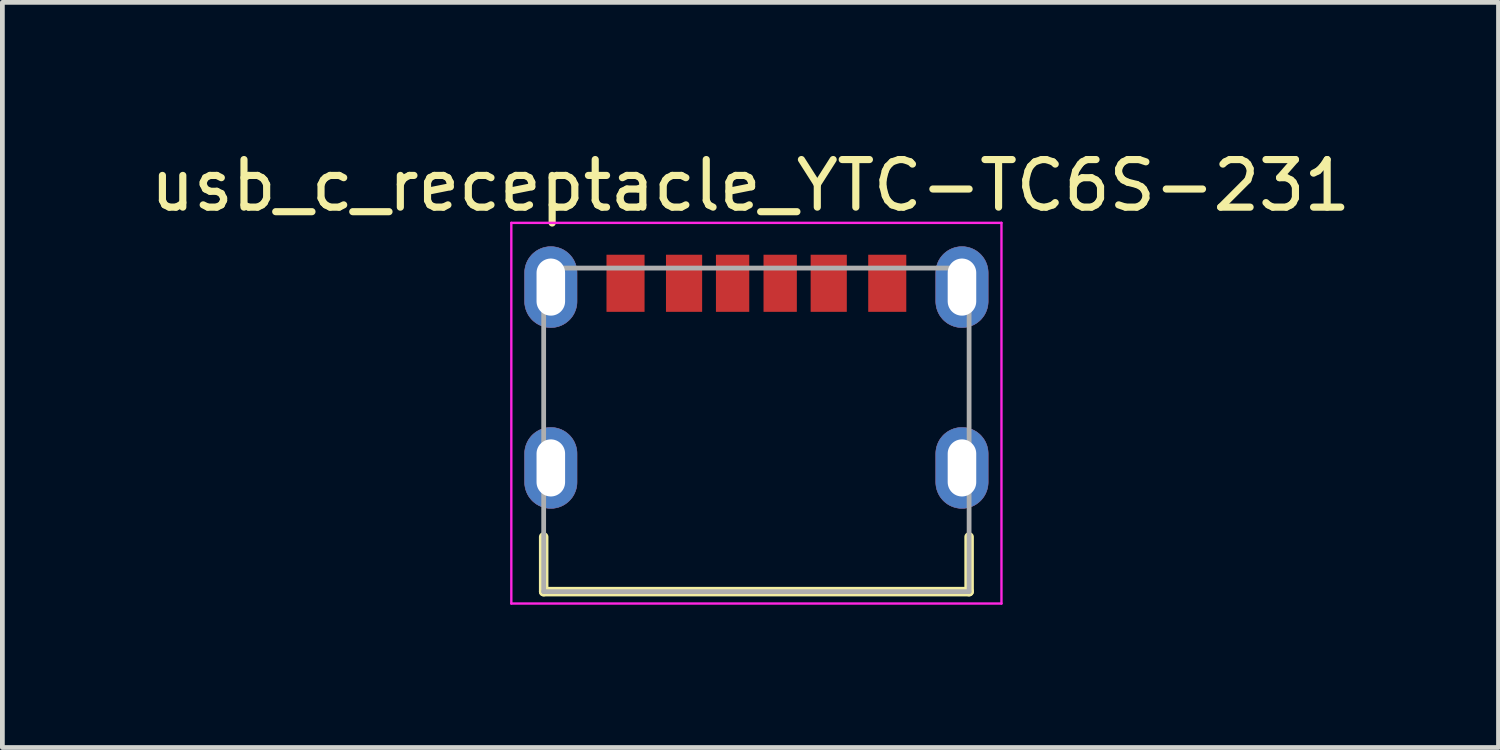
<source format=kicad_pcb>
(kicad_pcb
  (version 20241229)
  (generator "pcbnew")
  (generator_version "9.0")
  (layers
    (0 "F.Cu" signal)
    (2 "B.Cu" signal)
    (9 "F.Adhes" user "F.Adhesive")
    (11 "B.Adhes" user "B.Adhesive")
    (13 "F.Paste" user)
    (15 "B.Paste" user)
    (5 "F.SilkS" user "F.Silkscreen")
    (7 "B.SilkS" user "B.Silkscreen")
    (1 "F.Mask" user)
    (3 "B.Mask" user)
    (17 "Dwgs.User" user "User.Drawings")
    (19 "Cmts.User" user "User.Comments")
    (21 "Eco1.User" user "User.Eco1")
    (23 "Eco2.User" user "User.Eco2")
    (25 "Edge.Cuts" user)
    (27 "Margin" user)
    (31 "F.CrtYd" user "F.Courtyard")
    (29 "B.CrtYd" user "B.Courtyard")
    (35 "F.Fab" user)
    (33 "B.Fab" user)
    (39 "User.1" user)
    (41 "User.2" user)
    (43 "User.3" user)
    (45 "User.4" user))
  (footprint "usb_c_receptacle_YTC-TC6S-231"
    (layer "F.Cu")
    (at 12.845 5.983)
    (property "Reference" "usb_c_receptacle_YTC-TC6S-231" (at -0.125 -5.135 0) (layer "F.SilkS") (effects (font (size 1 1) (thickness 0.15))))
    (attr smd)
    (fp_poly (pts (xy -4.32 -3.85) (xy -4.349 -3.849) (xy -4.377 -3.847) (xy -4.406 -3.843) (xy -4.434 -3.838) (xy -4.462 -3.831) (xy -4.49 -3.823) (xy -4.517 -3.813) (xy -4.544 -3.802) (xy -4.57 -3.79) (xy -4.595 -3.776) (xy -4.62 -3.761) (xy -4.643 -3.745) (xy -4.666 -3.727) (xy -4.688 -3.709) (xy -4.709 -3.689) (xy -4.729 -3.668) (xy -4.747 -3.646) (xy -4.765 -3.623) (xy -4.781 -3.6) (xy -4.796 -3.575) (xy -4.81 -3.55) (xy -4.822 -3.524) (xy -4.833 -3.497) (xy -4.843 -3.47) (xy -4.851 -3.442) (xy -4.858 -3.414) (xy -4.863 -3.386) (xy -4.867 -3.357) (xy -4.869 -3.329) (xy -4.87 -3.3) (xy -4.87 -2.7) (xy -4.869 -2.671) (xy -4.867 -2.643) (xy -4.863 -2.614) (xy -4.858 -2.586) (xy -4.851 -2.558) (xy -4.843 -2.53) (xy -4.833 -2.503) (xy -4.822 -2.476) (xy -4.81 -2.45) (xy -4.796 -2.425) (xy -4.781 -2.4) (xy -4.765 -2.377) (xy -4.747 -2.354) (xy -4.729 -2.332) (xy -4.709 -2.311) (xy -4.688 -2.291) (xy -4.666 -2.273) (xy -4.643 -2.255) (xy -4.62 -2.239) (xy -4.595 -2.224) (xy -4.57 -2.21) (xy -4.544 -2.198) (xy -4.517 -2.187) (xy -4.49 -2.177) (xy -4.462 -2.169) (xy -4.434 -2.162) (xy -4.406 -2.157) (xy -4.377 -2.153) (xy -4.349 -2.151) (xy -4.32 -2.15) (xy -4.291 -2.151) (xy -4.263 -2.153) (xy -4.234 -2.157) (xy -4.206 -2.162) (xy -4.178 -2.169) (xy -4.15 -2.177) (xy -4.123 -2.187) (xy -4.096 -2.198) (xy -4.07 -2.21) (xy -4.045 -2.224) (xy -4.02 -2.239) (xy -3.997 -2.255) (xy -3.974 -2.273) (xy -3.952 -2.291) (xy -3.931 -2.311) (xy -3.911 -2.332) (xy -3.893 -2.354) (xy -3.875 -2.377) (xy -3.859 -2.4) (xy -3.844 -2.425) (xy -3.83 -2.45) (xy -3.818 -2.476) (xy -3.807 -2.503) (xy -3.797 -2.53) (xy -3.789 -2.558) (xy -3.782 -2.586) (xy -3.777 -2.614) (xy -3.773 -2.643) (xy -3.771 -2.671) (xy -3.77 -2.7) (xy -3.77 -3.3) (xy -3.771 -3.329) (xy -3.773 -3.357) (xy -3.777 -3.386) (xy -3.782 -3.414) (xy -3.789 -3.442) (xy -3.797 -3.47) (xy -3.807 -3.497) (xy -3.818 -3.524) (xy -3.83 -3.55) (xy -3.844 -3.575) (xy -3.859 -3.6) (xy -3.875 -3.623) (xy -3.893 -3.646) (xy -3.911 -3.668) (xy -3.931 -3.689) (xy -3.952 -3.709) (xy -3.974 -3.727) (xy -3.997 -3.745) (xy -4.02 -3.761) (xy -4.045 -3.776) (xy -4.07 -3.79) (xy -4.096 -3.802) (xy -4.123 -3.813) (xy -4.15 -3.823) (xy -4.178 -3.831) (xy -4.206 -3.838) (xy -4.234 -3.843) (xy -4.263 -3.847) (xy -4.291 -3.849) (xy -4.32 -3.85)) (stroke (width 0.01) (type solid)) (fill yes) (layer "F.Cu"))
    (fp_poly (pts (xy -4.32 -0.05) (xy -4.349 -0.049) (xy -4.377 -0.047) (xy -4.406 -0.043) (xy -4.434 -0.038) (xy -4.462 -0.031) (xy -4.49 -0.023) (xy -4.517 -0.013) (xy -4.544 -0.002) (xy -4.57 0.01) (xy -4.595 0.024) (xy -4.62 0.039) (xy -4.643 0.055) (xy -4.666 0.073) (xy -4.688 0.091) (xy -4.709 0.111) (xy -4.729 0.132) (xy -4.747 0.154) (xy -4.765 0.177) (xy -4.781 0.2) (xy -4.796 0.225) (xy -4.81 0.25) (xy -4.822 0.276) (xy -4.833 0.303) (xy -4.843 0.33) (xy -4.851 0.358) (xy -4.858 0.386) (xy -4.863 0.414) (xy -4.867 0.443) (xy -4.869 0.471) (xy -4.87 0.5) (xy -4.87 1.1) (xy -4.869 1.129) (xy -4.867 1.157) (xy -4.863 1.186) (xy -4.858 1.214) (xy -4.851 1.242) (xy -4.843 1.27) (xy -4.833 1.297) (xy -4.822 1.324) (xy -4.81 1.35) (xy -4.796 1.375) (xy -4.781 1.4) (xy -4.765 1.423) (xy -4.747 1.446) (xy -4.729 1.468) (xy -4.709 1.489) (xy -4.688 1.509) (xy -4.666 1.527) (xy -4.643 1.545) (xy -4.62 1.561) (xy -4.595 1.576) (xy -4.57 1.59) (xy -4.544 1.602) (xy -4.517 1.613) (xy -4.49 1.623) (xy -4.462 1.631) (xy -4.434 1.638) (xy -4.406 1.643) (xy -4.377 1.647) (xy -4.349 1.649) (xy -4.32 1.65) (xy -4.291 1.649) (xy -4.263 1.647) (xy -4.234 1.643) (xy -4.206 1.638) (xy -4.178 1.631) (xy -4.15 1.623) (xy -4.123 1.613) (xy -4.096 1.602) (xy -4.07 1.59) (xy -4.045 1.576) (xy -4.02 1.561) (xy -3.997 1.545) (xy -3.974 1.527) (xy -3.952 1.509) (xy -3.931 1.489) (xy -3.911 1.468) (xy -3.893 1.446) (xy -3.875 1.423) (xy -3.859 1.4) (xy -3.844 1.375) (xy -3.83 1.35) (xy -3.818 1.324) (xy -3.807 1.297) (xy -3.797 1.27) (xy -3.789 1.242) (xy -3.782 1.214) (xy -3.777 1.186) (xy -3.773 1.157) (xy -3.771 1.129) (xy -3.77 1.1) (xy -3.77 0.5) (xy -3.771 0.471) (xy -3.773 0.443) (xy -3.777 0.414) (xy -3.782 0.386) (xy -3.789 0.358) (xy -3.797 0.33) (xy -3.807 0.303) (xy -3.818 0.276) (xy -3.83 0.25) (xy -3.844 0.225) (xy -3.859 0.2) (xy -3.875 0.177) (xy -3.893 0.154) (xy -3.911 0.132) (xy -3.931 0.111) (xy -3.952 0.091) (xy -3.974 0.073) (xy -3.997 0.055) (xy -4.02 0.039) (xy -4.045 0.024) (xy -4.07 0.01) (xy -4.096 -0.002) (xy -4.123 -0.013) (xy -4.15 -0.023) (xy -4.178 -0.031) (xy -4.206 -0.038) (xy -4.234 -0.043) (xy -4.263 -0.047) (xy -4.291 -0.049) (xy -4.32 -0.05)) (stroke (width 0.01) (type solid)) (fill yes) (layer "F.Cu"))
    (fp_poly (pts (xy 4.32 -3.85) (xy 4.291 -3.849) (xy 4.263 -3.847) (xy 4.234 -3.843) (xy 4.206 -3.838) (xy 4.178 -3.831) (xy 4.15 -3.823) (xy 4.123 -3.813) (xy 4.096 -3.802) (xy 4.07 -3.79) (xy 4.045 -3.776) (xy 4.02 -3.761) (xy 3.997 -3.745) (xy 3.974 -3.727) (xy 3.952 -3.709) (xy 3.931 -3.689) (xy 3.911 -3.668) (xy 3.893 -3.646) (xy 3.875 -3.623) (xy 3.859 -3.6) (xy 3.844 -3.575) (xy 3.83 -3.55) (xy 3.818 -3.524) (xy 3.807 -3.497) (xy 3.797 -3.47) (xy 3.789 -3.442) (xy 3.782 -3.414) (xy 3.777 -3.386) (xy 3.773 -3.357) (xy 3.771 -3.329) (xy 3.77 -3.3) (xy 3.77 -2.7) (xy 3.771 -2.671) (xy 3.773 -2.643) (xy 3.777 -2.614) (xy 3.782 -2.586) (xy 3.789 -2.558) (xy 3.797 -2.53) (xy 3.807 -2.503) (xy 3.818 -2.476) (xy 3.83 -2.45) (xy 3.844 -2.425) (xy 3.859 -2.4) (xy 3.875 -2.377) (xy 3.893 -2.354) (xy 3.911 -2.332) (xy 3.931 -2.311) (xy 3.952 -2.291) (xy 3.974 -2.273) (xy 3.997 -2.255) (xy 4.02 -2.239) (xy 4.045 -2.224) (xy 4.07 -2.21) (xy 4.096 -2.198) (xy 4.123 -2.187) (xy 4.15 -2.177) (xy 4.178 -2.169) (xy 4.206 -2.162) (xy 4.234 -2.157) (xy 4.263 -2.153) (xy 4.291 -2.151) (xy 4.32 -2.15) (xy 4.349 -2.151) (xy 4.377 -2.153) (xy 4.406 -2.157) (xy 4.434 -2.162) (xy 4.462 -2.169) (xy 4.49 -2.177) (xy 4.517 -2.187) (xy 4.544 -2.198) (xy 4.57 -2.21) (xy 4.595 -2.224) (xy 4.62 -2.239) (xy 4.643 -2.255) (xy 4.666 -2.273) (xy 4.688 -2.291) (xy 4.709 -2.311) (xy 4.729 -2.332) (xy 4.747 -2.354) (xy 4.765 -2.377) (xy 4.781 -2.4) (xy 4.796 -2.425) (xy 4.81 -2.45) (xy 4.822 -2.476) (xy 4.833 -2.503) (xy 4.843 -2.53) (xy 4.851 -2.558) (xy 4.858 -2.586) (xy 4.863 -2.614) (xy 4.867 -2.643) (xy 4.869 -2.671) (xy 4.87 -2.7) (xy 4.87 -3.3) (xy 4.869 -3.329) (xy 4.867 -3.357) (xy 4.863 -3.386) (xy 4.858 -3.414) (xy 4.851 -3.442) (xy 4.843 -3.47) (xy 4.833 -3.497) (xy 4.822 -3.524) (xy 4.81 -3.55) (xy 4.796 -3.575) (xy 4.781 -3.6) (xy 4.765 -3.623) (xy 4.747 -3.646) (xy 4.729 -3.668) (xy 4.709 -3.689) (xy 4.688 -3.709) (xy 4.666 -3.727) (xy 4.643 -3.745) (xy 4.62 -3.761) (xy 4.595 -3.776) (xy 4.57 -3.79) (xy 4.544 -3.802) (xy 4.517 -3.813) (xy 4.49 -3.823) (xy 4.462 -3.831) (xy 4.434 -3.838) (xy 4.406 -3.843) (xy 4.377 -3.847) (xy 4.349 -3.849) (xy 4.32 -3.85)) (stroke (width 0.01) (type solid)) (fill yes) (layer "F.Cu"))
    (fp_poly (pts (xy 4.32 -0.05) (xy 4.291 -0.049) (xy 4.263 -0.047) (xy 4.234 -0.043) (xy 4.206 -0.038) (xy 4.178 -0.031) (xy 4.15 -0.023) (xy 4.123 -0.013) (xy 4.096 -0.002) (xy 4.07 0.01) (xy 4.045 0.024) (xy 4.02 0.039) (xy 3.997 0.055) (xy 3.974 0.073) (xy 3.952 0.091) (xy 3.931 0.111) (xy 3.911 0.132) (xy 3.893 0.154) (xy 3.875 0.177) (xy 3.859 0.2) (xy 3.844 0.225) (xy 3.83 0.25) (xy 3.818 0.276) (xy 3.807 0.303) (xy 3.797 0.33) (xy 3.789 0.358) (xy 3.782 0.386) (xy 3.777 0.414) (xy 3.773 0.443) (xy 3.771 0.471) (xy 3.77 0.5) (xy 3.77 1.1) (xy 3.771 1.129) (xy 3.773 1.157) (xy 3.777 1.186) (xy 3.782 1.214) (xy 3.789 1.242) (xy 3.797 1.27) (xy 3.807 1.297) (xy 3.818 1.324) (xy 3.83 1.35) (xy 3.844 1.375) (xy 3.859 1.4) (xy 3.875 1.423) (xy 3.893 1.446) (xy 3.911 1.468) (xy 3.931 1.489) (xy 3.952 1.509) (xy 3.974 1.527) (xy 3.997 1.545) (xy 4.02 1.561) (xy 4.045 1.576) (xy 4.07 1.59) (xy 4.096 1.602) (xy 4.123 1.613) (xy 4.15 1.623) (xy 4.178 1.631) (xy 4.206 1.638) (xy 4.234 1.643) (xy 4.263 1.647) (xy 4.291 1.649) (xy 4.32 1.65) (xy 4.349 1.649) (xy 4.377 1.647) (xy 4.406 1.643) (xy 4.434 1.638) (xy 4.462 1.631) (xy 4.49 1.623) (xy 4.517 1.613) (xy 4.544 1.602) (xy 4.57 1.59) (xy 4.595 1.576) (xy 4.62 1.561) (xy 4.643 1.545) (xy 4.666 1.527) (xy 4.688 1.509) (xy 4.709 1.489) (xy 4.729 1.468) (xy 4.747 1.446) (xy 4.765 1.423) (xy 4.781 1.4) (xy 4.796 1.375) (xy 4.81 1.35) (xy 4.822 1.324) (xy 4.833 1.297) (xy 4.843 1.27) (xy 4.851 1.242) (xy 4.858 1.214) (xy 4.863 1.186) (xy 4.867 1.157) (xy 4.869 1.129) (xy 4.87 1.1) (xy 4.87 0.5) (xy 4.869 0.471) (xy 4.867 0.443) (xy 4.863 0.414) (xy 4.858 0.386) (xy 4.851 0.358) (xy 4.843 0.33) (xy 4.833 0.303) (xy 4.822 0.276) (xy 4.81 0.25) (xy 4.796 0.225) (xy 4.781 0.2) (xy 4.765 0.177) (xy 4.747 0.154) (xy 4.729 0.132) (xy 4.709 0.111) (xy 4.688 0.091) (xy 4.666 0.073) (xy 4.643 0.055) (xy 4.62 0.039) (xy 4.595 0.024) (xy 4.57 0.01) (xy 4.544 -0.002) (xy 4.517 -0.013) (xy 4.49 -0.023) (xy 4.462 -0.031) (xy 4.434 -0.038) (xy 4.406 -0.043) (xy 4.377 -0.047) (xy 4.349 -0.049) (xy 4.32 -0.05)) (stroke (width 0.01) (type solid)) (fill yes) (layer "F.Cu"))
    (fp_poly (pts (xy -4.32 -3.95) (xy -4.354 -3.949) (xy -4.388 -3.946) (xy -4.422 -3.942) (xy -4.455 -3.936) (xy -4.488 -3.928) (xy -4.521 -3.918) (xy -4.553 -3.907) (xy -4.584 -3.894) (xy -4.615 -3.879) (xy -4.645 -3.863) (xy -4.674 -3.845) (xy -4.702 -3.826) (xy -4.729 -3.805) (xy -4.755 -3.783) (xy -4.78 -3.76) (xy -4.803 -3.735) (xy -4.825 -3.709) (xy -4.846 -3.682) (xy -4.865 -3.654) (xy -4.883 -3.625) (xy -4.899 -3.595) (xy -4.914 -3.564) (xy -4.927 -3.533) (xy -4.938 -3.501) (xy -4.948 -3.468) (xy -4.956 -3.435) (xy -4.962 -3.402) (xy -4.966 -3.368) (xy -4.969 -3.334) (xy -4.97 -3.3) (xy -4.97 -2.7) (xy -4.969 -2.666) (xy -4.966 -2.632) (xy -4.962 -2.598) (xy -4.956 -2.565) (xy -4.948 -2.532) (xy -4.938 -2.499) (xy -4.927 -2.467) (xy -4.914 -2.436) (xy -4.899 -2.405) (xy -4.883 -2.375) (xy -4.865 -2.346) (xy -4.846 -2.318) (xy -4.825 -2.291) (xy -4.803 -2.265) (xy -4.78 -2.24) (xy -4.755 -2.217) (xy -4.729 -2.195) (xy -4.702 -2.174) (xy -4.674 -2.155) (xy -4.645 -2.137) (xy -4.615 -2.121) (xy -4.584 -2.106) (xy -4.553 -2.093) (xy -4.521 -2.082) (xy -4.488 -2.072) (xy -4.455 -2.064) (xy -4.422 -2.058) (xy -4.388 -2.054) (xy -4.354 -2.051) (xy -4.32 -2.05) (xy -4.286 -2.051) (xy -4.252 -2.054) (xy -4.218 -2.058) (xy -4.185 -2.064) (xy -4.152 -2.072) (xy -4.119 -2.082) (xy -4.087 -2.093) (xy -4.056 -2.106) (xy -4.025 -2.121) (xy -3.995 -2.137) (xy -3.966 -2.155) (xy -3.938 -2.174) (xy -3.911 -2.195) (xy -3.885 -2.217) (xy -3.86 -2.24) (xy -3.837 -2.265) (xy -3.815 -2.291) (xy -3.794 -2.318) (xy -3.775 -2.346) (xy -3.757 -2.375) (xy -3.741 -2.405) (xy -3.726 -2.436) (xy -3.713 -2.467) (xy -3.702 -2.499) (xy -3.692 -2.532) (xy -3.684 -2.565) (xy -3.678 -2.598) (xy -3.674 -2.632) (xy -3.671 -2.666) (xy -3.67 -2.7) (xy -3.67 -3.3) (xy -3.671 -3.334) (xy -3.674 -3.368) (xy -3.678 -3.402) (xy -3.684 -3.435) (xy -3.692 -3.468) (xy -3.702 -3.501) (xy -3.713 -3.533) (xy -3.726 -3.564) (xy -3.741 -3.595) (xy -3.757 -3.625) (xy -3.775 -3.654) (xy -3.794 -3.682) (xy -3.815 -3.709) (xy -3.837 -3.735) (xy -3.86 -3.76) (xy -3.885 -3.783) (xy -3.911 -3.805) (xy -3.938 -3.826) (xy -3.966 -3.845) (xy -3.995 -3.863) (xy -4.025 -3.879) (xy -4.056 -3.894) (xy -4.087 -3.907) (xy -4.119 -3.918) (xy -4.152 -3.928) (xy -4.185 -3.936) (xy -4.218 -3.942) (xy -4.252 -3.946) (xy -4.286 -3.949) (xy -4.32 -3.95)) (stroke (width 0.01) (type solid)) (fill yes) (layer "F.Mask"))
    (fp_poly (pts (xy -4.32 -0.15) (xy -4.354 -0.149) (xy -4.388 -0.146) (xy -4.422 -0.142) (xy -4.455 -0.136) (xy -4.488 -0.128) (xy -4.521 -0.118) (xy -4.553 -0.107) (xy -4.584 -0.094) (xy -4.615 -0.079) (xy -4.645 -0.063) (xy -4.674 -0.045) (xy -4.702 -0.026) (xy -4.729 -0.005) (xy -4.755 0.017) (xy -4.78 0.04) (xy -4.803 0.065) (xy -4.825 0.091) (xy -4.846 0.118) (xy -4.865 0.146) (xy -4.883 0.175) (xy -4.899 0.205) (xy -4.914 0.236) (xy -4.927 0.267) (xy -4.938 0.299) (xy -4.948 0.332) (xy -4.956 0.365) (xy -4.962 0.398) (xy -4.966 0.432) (xy -4.969 0.466) (xy -4.97 0.5) (xy -4.97 1.1) (xy -4.969 1.134) (xy -4.966 1.168) (xy -4.962 1.202) (xy -4.956 1.235) (xy -4.948 1.268) (xy -4.938 1.301) (xy -4.927 1.333) (xy -4.914 1.364) (xy -4.899 1.395) (xy -4.883 1.425) (xy -4.865 1.454) (xy -4.846 1.482) (xy -4.825 1.509) (xy -4.803 1.535) (xy -4.78 1.56) (xy -4.755 1.583) (xy -4.729 1.605) (xy -4.702 1.626) (xy -4.674 1.645) (xy -4.645 1.663) (xy -4.615 1.679) (xy -4.584 1.694) (xy -4.553 1.707) (xy -4.521 1.718) (xy -4.488 1.728) (xy -4.455 1.736) (xy -4.422 1.742) (xy -4.388 1.746) (xy -4.354 1.749) (xy -4.32 1.75) (xy -4.286 1.749) (xy -4.252 1.746) (xy -4.218 1.742) (xy -4.185 1.736) (xy -4.152 1.728) (xy -4.119 1.718) (xy -4.087 1.707) (xy -4.056 1.694) (xy -4.025 1.679) (xy -3.995 1.663) (xy -3.966 1.645) (xy -3.938 1.626) (xy -3.911 1.605) (xy -3.885 1.583) (xy -3.86 1.56) (xy -3.837 1.535) (xy -3.815 1.509) (xy -3.794 1.482) (xy -3.775 1.454) (xy -3.757 1.425) (xy -3.741 1.395) (xy -3.726 1.364) (xy -3.713 1.333) (xy -3.702 1.301) (xy -3.692 1.268) (xy -3.684 1.235) (xy -3.678 1.202) (xy -3.674 1.168) (xy -3.671 1.134) (xy -3.67 1.1) (xy -3.67 0.5) (xy -3.671 0.466) (xy -3.674 0.432) (xy -3.678 0.398) (xy -3.684 0.365) (xy -3.692 0.332) (xy -3.702 0.299) (xy -3.713 0.267) (xy -3.726 0.236) (xy -3.741 0.205) (xy -3.757 0.175) (xy -3.775 0.146) (xy -3.794 0.118) (xy -3.815 0.091) (xy -3.837 0.065) (xy -3.86 0.04) (xy -3.885 0.017) (xy -3.911 -0.005) (xy -3.938 -0.026) (xy -3.966 -0.045) (xy -3.995 -0.063) (xy -4.025 -0.079) (xy -4.056 -0.094) (xy -4.087 -0.107) (xy -4.119 -0.118) (xy -4.152 -0.128) (xy -4.185 -0.136) (xy -4.218 -0.142) (xy -4.252 -0.146) (xy -4.286 -0.149) (xy -4.32 -0.15)) (stroke (width 0.01) (type solid)) (fill yes) (layer "F.Mask"))
    (fp_poly (pts (xy 4.32 -3.95) (xy 4.286 -3.949) (xy 4.252 -3.946) (xy 4.218 -3.942) (xy 4.185 -3.936) (xy 4.152 -3.928) (xy 4.119 -3.918) (xy 4.087 -3.907) (xy 4.056 -3.894) (xy 4.025 -3.879) (xy 3.995 -3.863) (xy 3.966 -3.845) (xy 3.938 -3.826) (xy 3.911 -3.805) (xy 3.885 -3.783) (xy 3.86 -3.76) (xy 3.837 -3.735) (xy 3.815 -3.709) (xy 3.794 -3.682) (xy 3.775 -3.654) (xy 3.757 -3.625) (xy 3.741 -3.595) (xy 3.726 -3.564) (xy 3.713 -3.533) (xy 3.702 -3.501) (xy 3.692 -3.468) (xy 3.684 -3.435) (xy 3.678 -3.402) (xy 3.674 -3.368) (xy 3.671 -3.334) (xy 3.67 -3.3) (xy 3.67 -2.7) (xy 3.671 -2.666) (xy 3.674 -2.632) (xy 3.678 -2.598) (xy 3.684 -2.565) (xy 3.692 -2.532) (xy 3.702 -2.499) (xy 3.713 -2.467) (xy 3.726 -2.436) (xy 3.741 -2.405) (xy 3.757 -2.375) (xy 3.775 -2.346) (xy 3.794 -2.318) (xy 3.815 -2.291) (xy 3.837 -2.265) (xy 3.86 -2.24) (xy 3.885 -2.217) (xy 3.911 -2.195) (xy 3.938 -2.174) (xy 3.966 -2.155) (xy 3.995 -2.137) (xy 4.025 -2.121) (xy 4.056 -2.106) (xy 4.087 -2.093) (xy 4.119 -2.082) (xy 4.152 -2.072) (xy 4.185 -2.064) (xy 4.218 -2.058) (xy 4.252 -2.054) (xy 4.286 -2.051) (xy 4.32 -2.05) (xy 4.354 -2.051) (xy 4.388 -2.054) (xy 4.422 -2.058) (xy 4.455 -2.064) (xy 4.488 -2.072) (xy 4.521 -2.082) (xy 4.553 -2.093) (xy 4.584 -2.106) (xy 4.615 -2.121) (xy 4.645 -2.137) (xy 4.674 -2.155) (xy 4.702 -2.174) (xy 4.729 -2.195) (xy 4.755 -2.217) (xy 4.78 -2.24) (xy 4.803 -2.265) (xy 4.825 -2.291) (xy 4.846 -2.318) (xy 4.865 -2.346) (xy 4.883 -2.375) (xy 4.899 -2.405) (xy 4.914 -2.436) (xy 4.927 -2.467) (xy 4.938 -2.499) (xy 4.948 -2.532) (xy 4.956 -2.565) (xy 4.962 -2.598) (xy 4.966 -2.632) (xy 4.969 -2.666) (xy 4.97 -2.7) (xy 4.97 -3.3) (xy 4.969 -3.334) (xy 4.966 -3.368) (xy 4.962 -3.402) (xy 4.956 -3.435) (xy 4.948 -3.468) (xy 4.938 -3.501) (xy 4.927 -3.533) (xy 4.914 -3.564) (xy 4.899 -3.595) (xy 4.883 -3.625) (xy 4.865 -3.654) (xy 4.846 -3.682) (xy 4.825 -3.709) (xy 4.803 -3.735) (xy 4.78 -3.76) (xy 4.755 -3.783) (xy 4.729 -3.805) (xy 4.702 -3.826) (xy 4.674 -3.845) (xy 4.645 -3.863) (xy 4.615 -3.879) (xy 4.584 -3.894) (xy 4.553 -3.907) (xy 4.521 -3.918) (xy 4.488 -3.928) (xy 4.455 -3.936) (xy 4.422 -3.942) (xy 4.388 -3.946) (xy 4.354 -3.949) (xy 4.32 -3.95)) (stroke (width 0.01) (type solid)) (fill yes) (layer "F.Mask"))
    (fp_poly (pts (xy 4.32 -0.15) (xy 4.286 -0.149) (xy 4.252 -0.146) (xy 4.218 -0.142) (xy 4.185 -0.136) (xy 4.152 -0.128) (xy 4.119 -0.118) (xy 4.087 -0.107) (xy 4.056 -0.094) (xy 4.025 -0.079) (xy 3.995 -0.063) (xy 3.966 -0.045) (xy 3.938 -0.026) (xy 3.911 -0.005) (xy 3.885 0.017) (xy 3.86 0.04) (xy 3.837 0.065) (xy 3.815 0.091) (xy 3.794 0.118) (xy 3.775 0.146) (xy 3.757 0.175) (xy 3.741 0.205) (xy 3.726 0.236) (xy 3.713 0.267) (xy 3.702 0.299) (xy 3.692 0.332) (xy 3.684 0.365) (xy 3.678 0.398) (xy 3.674 0.432) (xy 3.671 0.466) (xy 3.67 0.5) (xy 3.67 1.1) (xy 3.671 1.134) (xy 3.674 1.168) (xy 3.678 1.202) (xy 3.684 1.235) (xy 3.692 1.268) (xy 3.702 1.301) (xy 3.713 1.333) (xy 3.726 1.364) (xy 3.741 1.395) (xy 3.757 1.425) (xy 3.775 1.454) (xy 3.794 1.482) (xy 3.815 1.509) (xy 3.837 1.535) (xy 3.86 1.56) (xy 3.885 1.583) (xy 3.911 1.605) (xy 3.938 1.626) (xy 3.966 1.645) (xy 3.995 1.663) (xy 4.025 1.679) (xy 4.056 1.694) (xy 4.087 1.707) (xy 4.119 1.718) (xy 4.152 1.728) (xy 4.185 1.736) (xy 4.218 1.742) (xy 4.252 1.746) (xy 4.286 1.749) (xy 4.32 1.75) (xy 4.354 1.749) (xy 4.388 1.746) (xy 4.422 1.742) (xy 4.455 1.736) (xy 4.488 1.728) (xy 4.521 1.718) (xy 4.553 1.707) (xy 4.584 1.694) (xy 4.615 1.679) (xy 4.645 1.663) (xy 4.674 1.645) (xy 4.702 1.626) (xy 4.729 1.605) (xy 4.755 1.583) (xy 4.78 1.56) (xy 4.803 1.535) (xy 4.825 1.509) (xy 4.846 1.482) (xy 4.865 1.454) (xy 4.883 1.425) (xy 4.899 1.395) (xy 4.914 1.364) (xy 4.927 1.333) (xy 4.938 1.301) (xy 4.948 1.268) (xy 4.956 1.235) (xy 4.962 1.202) (xy 4.966 1.168) (xy 4.969 1.134) (xy 4.97 1.1) (xy 4.97 0.5) (xy 4.969 0.466) (xy 4.966 0.432) (xy 4.962 0.398) (xy 4.956 0.365) (xy 4.948 0.332) (xy 4.938 0.299) (xy 4.927 0.267) (xy 4.914 0.236) (xy 4.899 0.205) (xy 4.883 0.175) (xy 4.865 0.146) (xy 4.846 0.118) (xy 4.825 0.091) (xy 4.803 0.065) (xy 4.78 0.04) (xy 4.755 0.017) (xy 4.729 -0.005) (xy 4.702 -0.026) (xy 4.674 -0.045) (xy 4.645 -0.063) (xy 4.615 -0.079) (xy 4.584 -0.094) (xy 4.553 -0.107) (xy 4.521 -0.118) (xy 4.488 -0.128) (xy 4.455 -0.136) (xy 4.422 -0.142) (xy 4.388 -0.146) (xy 4.354 -0.149) (xy 4.32 -0.15)) (stroke (width 0.01) (type solid)) (fill yes) (layer "F.Mask"))
    (fp_poly (pts (xy -4.32 -3.85) (xy -4.349 -3.849) (xy -4.377 -3.847) (xy -4.406 -3.843) (xy -4.434 -3.838) (xy -4.462 -3.831) (xy -4.49 -3.823) (xy -4.517 -3.813) (xy -4.544 -3.802) (xy -4.57 -3.79) (xy -4.595 -3.776) (xy -4.62 -3.761) (xy -4.643 -3.745) (xy -4.666 -3.727) (xy -4.688 -3.709) (xy -4.709 -3.689) (xy -4.729 -3.668) (xy -4.747 -3.646) (xy -4.765 -3.623) (xy -4.781 -3.6) (xy -4.796 -3.575) (xy -4.81 -3.55) (xy -4.822 -3.524) (xy -4.833 -3.497) (xy -4.843 -3.47) (xy -4.851 -3.442) (xy -4.858 -3.414) (xy -4.863 -3.386) (xy -4.867 -3.357) (xy -4.869 -3.329) (xy -4.87 -3.3) (xy -4.87 -2.7) (xy -4.869 -2.671) (xy -4.867 -2.643) (xy -4.863 -2.614) (xy -4.858 -2.586) (xy -4.851 -2.558) (xy -4.843 -2.53) (xy -4.833 -2.503) (xy -4.822 -2.476) (xy -4.81 -2.45) (xy -4.796 -2.425) (xy -4.781 -2.4) (xy -4.765 -2.377) (xy -4.747 -2.354) (xy -4.729 -2.332) (xy -4.709 -2.311) (xy -4.688 -2.291) (xy -4.666 -2.273) (xy -4.643 -2.255) (xy -4.62 -2.239) (xy -4.595 -2.224) (xy -4.57 -2.21) (xy -4.544 -2.198) (xy -4.517 -2.187) (xy -4.49 -2.177) (xy -4.462 -2.169) (xy -4.434 -2.162) (xy -4.406 -2.157) (xy -4.377 -2.153) (xy -4.349 -2.151) (xy -4.32 -2.15) (xy -4.291 -2.151) (xy -4.263 -2.153) (xy -4.234 -2.157) (xy -4.206 -2.162) (xy -4.178 -2.169) (xy -4.15 -2.177) (xy -4.123 -2.187) (xy -4.096 -2.198) (xy -4.07 -2.21) (xy -4.045 -2.224) (xy -4.02 -2.239) (xy -3.997 -2.255) (xy -3.974 -2.273) (xy -3.952 -2.291) (xy -3.931 -2.311) (xy -3.911 -2.332) (xy -3.893 -2.354) (xy -3.875 -2.377) (xy -3.859 -2.4) (xy -3.844 -2.425) (xy -3.83 -2.45) (xy -3.818 -2.476) (xy -3.807 -2.503) (xy -3.797 -2.53) (xy -3.789 -2.558) (xy -3.782 -2.586) (xy -3.777 -2.614) (xy -3.773 -2.643) (xy -3.771 -2.671) (xy -3.77 -2.7) (xy -3.77 -3.3) (xy -3.771 -3.329) (xy -3.773 -3.357) (xy -3.777 -3.386) (xy -3.782 -3.414) (xy -3.789 -3.442) (xy -3.797 -3.47) (xy -3.807 -3.497) (xy -3.818 -3.524) (xy -3.83 -3.55) (xy -3.844 -3.575) (xy -3.859 -3.6) (xy -3.875 -3.623) (xy -3.893 -3.646) (xy -3.911 -3.668) (xy -3.931 -3.689) (xy -3.952 -3.709) (xy -3.974 -3.727) (xy -3.997 -3.745) (xy -4.02 -3.761) (xy -4.045 -3.776) (xy -4.07 -3.79) (xy -4.096 -3.802) (xy -4.123 -3.813) (xy -4.15 -3.823) (xy -4.178 -3.831) (xy -4.206 -3.838) (xy -4.234 -3.843) (xy -4.263 -3.847) (xy -4.291 -3.849) (xy -4.32 -3.85)) (stroke (width 0.01) (type solid)) (fill yes) (layer "B.Cu"))
    (fp_poly (pts (xy -4.32 -0.05) (xy -4.349 -0.049) (xy -4.377 -0.047) (xy -4.406 -0.043) (xy -4.434 -0.038) (xy -4.462 -0.031) (xy -4.49 -0.023) (xy -4.517 -0.013) (xy -4.544 -0.002) (xy -4.57 0.01) (xy -4.595 0.024) (xy -4.62 0.039) (xy -4.643 0.055) (xy -4.666 0.073) (xy -4.688 0.091) (xy -4.709 0.111) (xy -4.729 0.132) (xy -4.747 0.154) (xy -4.765 0.177) (xy -4.781 0.2) (xy -4.796 0.225) (xy -4.81 0.25) (xy -4.822 0.276) (xy -4.833 0.303) (xy -4.843 0.33) (xy -4.851 0.358) (xy -4.858 0.386) (xy -4.863 0.414) (xy -4.867 0.443) (xy -4.869 0.471) (xy -4.87 0.5) (xy -4.87 1.1) (xy -4.869 1.129) (xy -4.867 1.157) (xy -4.863 1.186) (xy -4.858 1.214) (xy -4.851 1.242) (xy -4.843 1.27) (xy -4.833 1.297) (xy -4.822 1.324) (xy -4.81 1.35) (xy -4.796 1.375) (xy -4.781 1.4) (xy -4.765 1.423) (xy -4.747 1.446) (xy -4.729 1.468) (xy -4.709 1.489) (xy -4.688 1.509) (xy -4.666 1.527) (xy -4.643 1.545) (xy -4.62 1.561) (xy -4.595 1.576) (xy -4.57 1.59) (xy -4.544 1.602) (xy -4.517 1.613) (xy -4.49 1.623) (xy -4.462 1.631) (xy -4.434 1.638) (xy -4.406 1.643) (xy -4.377 1.647) (xy -4.349 1.649) (xy -4.32 1.65) (xy -4.291 1.649) (xy -4.263 1.647) (xy -4.234 1.643) (xy -4.206 1.638) (xy -4.178 1.631) (xy -4.15 1.623) (xy -4.123 1.613) (xy -4.096 1.602) (xy -4.07 1.59) (xy -4.045 1.576) (xy -4.02 1.561) (xy -3.997 1.545) (xy -3.974 1.527) (xy -3.952 1.509) (xy -3.931 1.489) (xy -3.911 1.468) (xy -3.893 1.446) (xy -3.875 1.423) (xy -3.859 1.4) (xy -3.844 1.375) (xy -3.83 1.35) (xy -3.818 1.324) (xy -3.807 1.297) (xy -3.797 1.27) (xy -3.789 1.242) (xy -3.782 1.214) (xy -3.777 1.186) (xy -3.773 1.157) (xy -3.771 1.129) (xy -3.77 1.1) (xy -3.77 0.5) (xy -3.771 0.471) (xy -3.773 0.443) (xy -3.777 0.414) (xy -3.782 0.386) (xy -3.789 0.358) (xy -3.797 0.33) (xy -3.807 0.303) (xy -3.818 0.276) (xy -3.83 0.25) (xy -3.844 0.225) (xy -3.859 0.2) (xy -3.875 0.177) (xy -3.893 0.154) (xy -3.911 0.132) (xy -3.931 0.111) (xy -3.952 0.091) (xy -3.974 0.073) (xy -3.997 0.055) (xy -4.02 0.039) (xy -4.045 0.024) (xy -4.07 0.01) (xy -4.096 -0.002) (xy -4.123 -0.013) (xy -4.15 -0.023) (xy -4.178 -0.031) (xy -4.206 -0.038) (xy -4.234 -0.043) (xy -4.263 -0.047) (xy -4.291 -0.049) (xy -4.32 -0.05)) (stroke (width 0.01) (type solid)) (fill yes) (layer "B.Cu"))
    (fp_poly (pts (xy 4.32 -3.85) (xy 4.291 -3.849) (xy 4.263 -3.847) (xy 4.234 -3.843) (xy 4.206 -3.838) (xy 4.178 -3.831) (xy 4.15 -3.823) (xy 4.123 -3.813) (xy 4.096 -3.802) (xy 4.07 -3.79) (xy 4.045 -3.776) (xy 4.02 -3.761) (xy 3.997 -3.745) (xy 3.974 -3.727) (xy 3.952 -3.709) (xy 3.931 -3.689) (xy 3.911 -3.668) (xy 3.893 -3.646) (xy 3.875 -3.623) (xy 3.859 -3.6) (xy 3.844 -3.575) (xy 3.83 -3.55) (xy 3.818 -3.524) (xy 3.807 -3.497) (xy 3.797 -3.47) (xy 3.789 -3.442) (xy 3.782 -3.414) (xy 3.777 -3.386) (xy 3.773 -3.357) (xy 3.771 -3.329) (xy 3.77 -3.3) (xy 3.77 -2.7) (xy 3.771 -2.671) (xy 3.773 -2.643) (xy 3.777 -2.614) (xy 3.782 -2.586) (xy 3.789 -2.558) (xy 3.797 -2.53) (xy 3.807 -2.503) (xy 3.818 -2.476) (xy 3.83 -2.45) (xy 3.844 -2.425) (xy 3.859 -2.4) (xy 3.875 -2.377) (xy 3.893 -2.354) (xy 3.911 -2.332) (xy 3.931 -2.311) (xy 3.952 -2.291) (xy 3.974 -2.273) (xy 3.997 -2.255) (xy 4.02 -2.239) (xy 4.045 -2.224) (xy 4.07 -2.21) (xy 4.096 -2.198) (xy 4.123 -2.187) (xy 4.15 -2.177) (xy 4.178 -2.169) (xy 4.206 -2.162) (xy 4.234 -2.157) (xy 4.263 -2.153) (xy 4.291 -2.151) (xy 4.32 -2.15) (xy 4.349 -2.151) (xy 4.377 -2.153) (xy 4.406 -2.157) (xy 4.434 -2.162) (xy 4.462 -2.169) (xy 4.49 -2.177) (xy 4.517 -2.187) (xy 4.544 -2.198) (xy 4.57 -2.21) (xy 4.595 -2.224) (xy 4.62 -2.239) (xy 4.643 -2.255) (xy 4.666 -2.273) (xy 4.688 -2.291) (xy 4.709 -2.311) (xy 4.729 -2.332) (xy 4.747 -2.354) (xy 4.765 -2.377) (xy 4.781 -2.4) (xy 4.796 -2.425) (xy 4.81 -2.45) (xy 4.822 -2.476) (xy 4.833 -2.503) (xy 4.843 -2.53) (xy 4.851 -2.558) (xy 4.858 -2.586) (xy 4.863 -2.614) (xy 4.867 -2.643) (xy 4.869 -2.671) (xy 4.87 -2.7) (xy 4.87 -3.3) (xy 4.869 -3.329) (xy 4.867 -3.357) (xy 4.863 -3.386) (xy 4.858 -3.414) (xy 4.851 -3.442) (xy 4.843 -3.47) (xy 4.833 -3.497) (xy 4.822 -3.524) (xy 4.81 -3.55) (xy 4.796 -3.575) (xy 4.781 -3.6) (xy 4.765 -3.623) (xy 4.747 -3.646) (xy 4.729 -3.668) (xy 4.709 -3.689) (xy 4.688 -3.709) (xy 4.666 -3.727) (xy 4.643 -3.745) (xy 4.62 -3.761) (xy 4.595 -3.776) (xy 4.57 -3.79) (xy 4.544 -3.802) (xy 4.517 -3.813) (xy 4.49 -3.823) (xy 4.462 -3.831) (xy 4.434 -3.838) (xy 4.406 -3.843) (xy 4.377 -3.847) (xy 4.349 -3.849) (xy 4.32 -3.85)) (stroke (width 0.01) (type solid)) (fill yes) (layer "B.Cu"))
    (fp_poly (pts (xy 4.32 -0.05) (xy 4.291 -0.049) (xy 4.263 -0.047) (xy 4.234 -0.043) (xy 4.206 -0.038) (xy 4.178 -0.031) (xy 4.15 -0.023) (xy 4.123 -0.013) (xy 4.096 -0.002) (xy 4.07 0.01) (xy 4.045 0.024) (xy 4.02 0.039) (xy 3.997 0.055) (xy 3.974 0.073) (xy 3.952 0.091) (xy 3.931 0.111) (xy 3.911 0.132) (xy 3.893 0.154) (xy 3.875 0.177) (xy 3.859 0.2) (xy 3.844 0.225) (xy 3.83 0.25) (xy 3.818 0.276) (xy 3.807 0.303) (xy 3.797 0.33) (xy 3.789 0.358) (xy 3.782 0.386) (xy 3.777 0.414) (xy 3.773 0.443) (xy 3.771 0.471) (xy 3.77 0.5) (xy 3.77 1.1) (xy 3.771 1.129) (xy 3.773 1.157) (xy 3.777 1.186) (xy 3.782 1.214) (xy 3.789 1.242) (xy 3.797 1.27) (xy 3.807 1.297) (xy 3.818 1.324) (xy 3.83 1.35) (xy 3.844 1.375) (xy 3.859 1.4) (xy 3.875 1.423) (xy 3.893 1.446) (xy 3.911 1.468) (xy 3.931 1.489) (xy 3.952 1.509) (xy 3.974 1.527) (xy 3.997 1.545) (xy 4.02 1.561) (xy 4.045 1.576) (xy 4.07 1.59) (xy 4.096 1.602) (xy 4.123 1.613) (xy 4.15 1.623) (xy 4.178 1.631) (xy 4.206 1.638) (xy 4.234 1.643) (xy 4.263 1.647) (xy 4.291 1.649) (xy 4.32 1.65) (xy 4.349 1.649) (xy 4.377 1.647) (xy 4.406 1.643) (xy 4.434 1.638) (xy 4.462 1.631) (xy 4.49 1.623) (xy 4.517 1.613) (xy 4.544 1.602) (xy 4.57 1.59) (xy 4.595 1.576) (xy 4.62 1.561) (xy 4.643 1.545) (xy 4.666 1.527) (xy 4.688 1.509) (xy 4.709 1.489) (xy 4.729 1.468) (xy 4.747 1.446) (xy 4.765 1.423) (xy 4.781 1.4) (xy 4.796 1.375) (xy 4.81 1.35) (xy 4.822 1.324) (xy 4.833 1.297) (xy 4.843 1.27) (xy 4.851 1.242) (xy 4.858 1.214) (xy 4.863 1.186) (xy 4.867 1.157) (xy 4.869 1.129) (xy 4.87 1.1) (xy 4.87 0.5) (xy 4.869 0.471) (xy 4.867 0.443) (xy 4.863 0.414) (xy 4.858 0.386) (xy 4.851 0.358) (xy 4.843 0.33) (xy 4.833 0.303) (xy 4.822 0.276) (xy 4.81 0.25) (xy 4.796 0.225) (xy 4.781 0.2) (xy 4.765 0.177) (xy 4.747 0.154) (xy 4.729 0.132) (xy 4.709 0.111) (xy 4.688 0.091) (xy 4.666 0.073) (xy 4.643 0.055) (xy 4.62 0.039) (xy 4.595 0.024) (xy 4.57 0.01) (xy 4.544 -0.002) (xy 4.517 -0.013) (xy 4.49 -0.023) (xy 4.462 -0.031) (xy 4.434 -0.038) (xy 4.406 -0.043) (xy 4.377 -0.047) (xy 4.349 -0.049) (xy 4.32 -0.05)) (stroke (width 0.01) (type solid)) (fill yes) (layer "B.Cu"))
    (fp_poly (pts (xy -4.32 -3.95) (xy -4.354 -3.949) (xy -4.388 -3.946) (xy -4.422 -3.942) (xy -4.455 -3.936) (xy -4.488 -3.928) (xy -4.521 -3.918) (xy -4.553 -3.907) (xy -4.584 -3.894) (xy -4.615 -3.879) (xy -4.645 -3.863) (xy -4.674 -3.845) (xy -4.702 -3.826) (xy -4.729 -3.805) (xy -4.755 -3.783) (xy -4.78 -3.76) (xy -4.803 -3.735) (xy -4.825 -3.709) (xy -4.846 -3.682) (xy -4.865 -3.654) (xy -4.883 -3.625) (xy -4.899 -3.595) (xy -4.914 -3.564) (xy -4.927 -3.533) (xy -4.938 -3.501) (xy -4.948 -3.468) (xy -4.956 -3.435) (xy -4.962 -3.402) (xy -4.966 -3.368) (xy -4.969 -3.334) (xy -4.97 -3.3) (xy -4.97 -2.7) (xy -4.969 -2.666) (xy -4.966 -2.632) (xy -4.962 -2.598) (xy -4.956 -2.565) (xy -4.948 -2.532) (xy -4.938 -2.499) (xy -4.927 -2.467) (xy -4.914 -2.436) (xy -4.899 -2.405) (xy -4.883 -2.375) (xy -4.865 -2.346) (xy -4.846 -2.318) (xy -4.825 -2.291) (xy -4.803 -2.265) (xy -4.78 -2.24) (xy -4.755 -2.217) (xy -4.729 -2.195) (xy -4.702 -2.174) (xy -4.674 -2.155) (xy -4.645 -2.137) (xy -4.615 -2.121) (xy -4.584 -2.106) (xy -4.553 -2.093) (xy -4.521 -2.082) (xy -4.488 -2.072) (xy -4.455 -2.064) (xy -4.422 -2.058) (xy -4.388 -2.054) (xy -4.354 -2.051) (xy -4.32 -2.05) (xy -4.286 -2.051) (xy -4.252 -2.054) (xy -4.218 -2.058) (xy -4.185 -2.064) (xy -4.152 -2.072) (xy -4.119 -2.082) (xy -4.087 -2.093) (xy -4.056 -2.106) (xy -4.025 -2.121) (xy -3.995 -2.137) (xy -3.966 -2.155) (xy -3.938 -2.174) (xy -3.911 -2.195) (xy -3.885 -2.217) (xy -3.86 -2.24) (xy -3.837 -2.265) (xy -3.815 -2.291) (xy -3.794 -2.318) (xy -3.775 -2.346) (xy -3.757 -2.375) (xy -3.741 -2.405) (xy -3.726 -2.436) (xy -3.713 -2.467) (xy -3.702 -2.499) (xy -3.692 -2.532) (xy -3.684 -2.565) (xy -3.678 -2.598) (xy -3.674 -2.632) (xy -3.671 -2.666) (xy -3.67 -2.7) (xy -3.67 -3.3) (xy -3.671 -3.334) (xy -3.674 -3.368) (xy -3.678 -3.402) (xy -3.684 -3.435) (xy -3.692 -3.468) (xy -3.702 -3.501) (xy -3.713 -3.533) (xy -3.726 -3.564) (xy -3.741 -3.595) (xy -3.757 -3.625) (xy -3.775 -3.654) (xy -3.794 -3.682) (xy -3.815 -3.709) (xy -3.837 -3.735) (xy -3.86 -3.76) (xy -3.885 -3.783) (xy -3.911 -3.805) (xy -3.938 -3.826) (xy -3.966 -3.845) (xy -3.995 -3.863) (xy -4.025 -3.879) (xy -4.056 -3.894) (xy -4.087 -3.907) (xy -4.119 -3.918) (xy -4.152 -3.928) (xy -4.185 -3.936) (xy -4.218 -3.942) (xy -4.252 -3.946) (xy -4.286 -3.949) (xy -4.32 -3.95)) (stroke (width 0.01) (type solid)) (fill yes) (layer "B.Mask"))
    (fp_poly (pts (xy -4.32 -0.15) (xy -4.354 -0.149) (xy -4.388 -0.146) (xy -4.422 -0.142) (xy -4.455 -0.136) (xy -4.488 -0.128) (xy -4.521 -0.118) (xy -4.553 -0.107) (xy -4.584 -0.094) (xy -4.615 -0.079) (xy -4.645 -0.063) (xy -4.674 -0.045) (xy -4.702 -0.026) (xy -4.729 -0.005) (xy -4.755 0.017) (xy -4.78 0.04) (xy -4.803 0.065) (xy -4.825 0.091) (xy -4.846 0.118) (xy -4.865 0.146) (xy -4.883 0.175) (xy -4.899 0.205) (xy -4.914 0.236) (xy -4.927 0.267) (xy -4.938 0.299) (xy -4.948 0.332) (xy -4.956 0.365) (xy -4.962 0.398) (xy -4.966 0.432) (xy -4.969 0.466) (xy -4.97 0.5) (xy -4.97 1.1) (xy -4.969 1.134) (xy -4.966 1.168) (xy -4.962 1.202) (xy -4.956 1.235) (xy -4.948 1.268) (xy -4.938 1.301) (xy -4.927 1.333) (xy -4.914 1.364) (xy -4.899 1.395) (xy -4.883 1.425) (xy -4.865 1.454) (xy -4.846 1.482) (xy -4.825 1.509) (xy -4.803 1.535) (xy -4.78 1.56) (xy -4.755 1.583) (xy -4.729 1.605) (xy -4.702 1.626) (xy -4.674 1.645) (xy -4.645 1.663) (xy -4.615 1.679) (xy -4.584 1.694) (xy -4.553 1.707) (xy -4.521 1.718) (xy -4.488 1.728) (xy -4.455 1.736) (xy -4.422 1.742) (xy -4.388 1.746) (xy -4.354 1.749) (xy -4.32 1.75) (xy -4.286 1.749) (xy -4.252 1.746) (xy -4.218 1.742) (xy -4.185 1.736) (xy -4.152 1.728) (xy -4.119 1.718) (xy -4.087 1.707) (xy -4.056 1.694) (xy -4.025 1.679) (xy -3.995 1.663) (xy -3.966 1.645) (xy -3.938 1.626) (xy -3.911 1.605) (xy -3.885 1.583) (xy -3.86 1.56) (xy -3.837 1.535) (xy -3.815 1.509) (xy -3.794 1.482) (xy -3.775 1.454) (xy -3.757 1.425) (xy -3.741 1.395) (xy -3.726 1.364) (xy -3.713 1.333) (xy -3.702 1.301) (xy -3.692 1.268) (xy -3.684 1.235) (xy -3.678 1.202) (xy -3.674 1.168) (xy -3.671 1.134) (xy -3.67 1.1) (xy -3.67 0.5) (xy -3.671 0.466) (xy -3.674 0.432) (xy -3.678 0.398) (xy -3.684 0.365) (xy -3.692 0.332) (xy -3.702 0.299) (xy -3.713 0.267) (xy -3.726 0.236) (xy -3.741 0.205) (xy -3.757 0.175) (xy -3.775 0.146) (xy -3.794 0.118) (xy -3.815 0.091) (xy -3.837 0.065) (xy -3.86 0.04) (xy -3.885 0.017) (xy -3.911 -0.005) (xy -3.938 -0.026) (xy -3.966 -0.045) (xy -3.995 -0.063) (xy -4.025 -0.079) (xy -4.056 -0.094) (xy -4.087 -0.107) (xy -4.119 -0.118) (xy -4.152 -0.128) (xy -4.185 -0.136) (xy -4.218 -0.142) (xy -4.252 -0.146) (xy -4.286 -0.149) (xy -4.32 -0.15)) (stroke (width 0.01) (type solid)) (fill yes) (layer "B.Mask"))
    (fp_poly (pts (xy 4.32 -3.95) (xy 4.286 -3.949) (xy 4.252 -3.946) (xy 4.218 -3.942) (xy 4.185 -3.936) (xy 4.152 -3.928) (xy 4.119 -3.918) (xy 4.087 -3.907) (xy 4.056 -3.894) (xy 4.025 -3.879) (xy 3.995 -3.863) (xy 3.966 -3.845) (xy 3.938 -3.826) (xy 3.911 -3.805) (xy 3.885 -3.783) (xy 3.86 -3.76) (xy 3.837 -3.735) (xy 3.815 -3.709) (xy 3.794 -3.682) (xy 3.775 -3.654) (xy 3.757 -3.625) (xy 3.741 -3.595) (xy 3.726 -3.564) (xy 3.713 -3.533) (xy 3.702 -3.501) (xy 3.692 -3.468) (xy 3.684 -3.435) (xy 3.678 -3.402) (xy 3.674 -3.368) (xy 3.671 -3.334) (xy 3.67 -3.3) (xy 3.67 -2.7) (xy 3.671 -2.666) (xy 3.674 -2.632) (xy 3.678 -2.598) (xy 3.684 -2.565) (xy 3.692 -2.532) (xy 3.702 -2.499) (xy 3.713 -2.467) (xy 3.726 -2.436) (xy 3.741 -2.405) (xy 3.757 -2.375) (xy 3.775 -2.346) (xy 3.794 -2.318) (xy 3.815 -2.291) (xy 3.837 -2.265) (xy 3.86 -2.24) (xy 3.885 -2.217) (xy 3.911 -2.195) (xy 3.938 -2.174) (xy 3.966 -2.155) (xy 3.995 -2.137) (xy 4.025 -2.121) (xy 4.056 -2.106) (xy 4.087 -2.093) (xy 4.119 -2.082) (xy 4.152 -2.072) (xy 4.185 -2.064) (xy 4.218 -2.058) (xy 4.252 -2.054) (xy 4.286 -2.051) (xy 4.32 -2.05) (xy 4.354 -2.051) (xy 4.388 -2.054) (xy 4.422 -2.058) (xy 4.455 -2.064) (xy 4.488 -2.072) (xy 4.521 -2.082) (xy 4.553 -2.093) (xy 4.584 -2.106) (xy 4.615 -2.121) (xy 4.645 -2.137) (xy 4.674 -2.155) (xy 4.702 -2.174) (xy 4.729 -2.195) (xy 4.755 -2.217) (xy 4.78 -2.24) (xy 4.803 -2.265) (xy 4.825 -2.291) (xy 4.846 -2.318) (xy 4.865 -2.346) (xy 4.883 -2.375) (xy 4.899 -2.405) (xy 4.914 -2.436) (xy 4.927 -2.467) (xy 4.938 -2.499) (xy 4.948 -2.532) (xy 4.956 -2.565) (xy 4.962 -2.598) (xy 4.966 -2.632) (xy 4.969 -2.666) (xy 4.97 -2.7) (xy 4.97 -3.3) (xy 4.969 -3.334) (xy 4.966 -3.368) (xy 4.962 -3.402) (xy 4.956 -3.435) (xy 4.948 -3.468) (xy 4.938 -3.501) (xy 4.927 -3.533) (xy 4.914 -3.564) (xy 4.899 -3.595) (xy 4.883 -3.625) (xy 4.865 -3.654) (xy 4.846 -3.682) (xy 4.825 -3.709) (xy 4.803 -3.735) (xy 4.78 -3.76) (xy 4.755 -3.783) (xy 4.729 -3.805) (xy 4.702 -3.826) (xy 4.674 -3.845) (xy 4.645 -3.863) (xy 4.615 -3.879) (xy 4.584 -3.894) (xy 4.553 -3.907) (xy 4.521 -3.918) (xy 4.488 -3.928) (xy 4.455 -3.936) (xy 4.422 -3.942) (xy 4.388 -3.946) (xy 4.354 -3.949) (xy 4.32 -3.95)) (stroke (width 0.01) (type solid)) (fill yes) (layer "B.Mask"))
    (fp_poly (pts (xy 4.32 -0.15) (xy 4.286 -0.149) (xy 4.252 -0.146) (xy 4.218 -0.142) (xy 4.185 -0.136) (xy 4.152 -0.128) (xy 4.119 -0.118) (xy 4.087 -0.107) (xy 4.056 -0.094) (xy 4.025 -0.079) (xy 3.995 -0.063) (xy 3.966 -0.045) (xy 3.938 -0.026) (xy 3.911 -0.005) (xy 3.885 0.017) (xy 3.86 0.04) (xy 3.837 0.065) (xy 3.815 0.091) (xy 3.794 0.118) (xy 3.775 0.146) (xy 3.757 0.175) (xy 3.741 0.205) (xy 3.726 0.236) (xy 3.713 0.267) (xy 3.702 0.299) (xy 3.692 0.332) (xy 3.684 0.365) (xy 3.678 0.398) (xy 3.674 0.432) (xy 3.671 0.466) (xy 3.67 0.5) (xy 3.67 1.1) (xy 3.671 1.134) (xy 3.674 1.168) (xy 3.678 1.202) (xy 3.684 1.235) (xy 3.692 1.268) (xy 3.702 1.301) (xy 3.713 1.333) (xy 3.726 1.364) (xy 3.741 1.395) (xy 3.757 1.425) (xy 3.775 1.454) (xy 3.794 1.482) (xy 3.815 1.509) (xy 3.837 1.535) (xy 3.86 1.56) (xy 3.885 1.583) (xy 3.911 1.605) (xy 3.938 1.626) (xy 3.966 1.645) (xy 3.995 1.663) (xy 4.025 1.679) (xy 4.056 1.694) (xy 4.087 1.707) (xy 4.119 1.718) (xy 4.152 1.728) (xy 4.185 1.736) (xy 4.218 1.742) (xy 4.252 1.746) (xy 4.286 1.749) (xy 4.32 1.75) (xy 4.354 1.749) (xy 4.388 1.746) (xy 4.422 1.742) (xy 4.455 1.736) (xy 4.488 1.728) (xy 4.521 1.718) (xy 4.553 1.707) (xy 4.584 1.694) (xy 4.615 1.679) (xy 4.645 1.663) (xy 4.674 1.645) (xy 4.702 1.626) (xy 4.729 1.605) (xy 4.755 1.583) (xy 4.78 1.56) (xy 4.803 1.535) (xy 4.825 1.509) (xy 4.846 1.482) (xy 4.865 1.454) (xy 4.883 1.425) (xy 4.899 1.395) (xy 4.914 1.364) (xy 4.927 1.333) (xy 4.938 1.301) (xy 4.948 1.268) (xy 4.956 1.235) (xy 4.962 1.202) (xy 4.966 1.168) (xy 4.969 1.134) (xy 4.97 1.1) (xy 4.97 0.5) (xy 4.969 0.466) (xy 4.966 0.432) (xy 4.962 0.398) (xy 4.956 0.365) (xy 4.948 0.332) (xy 4.938 0.299) (xy 4.927 0.267) (xy 4.914 0.236) (xy 4.899 0.205) (xy 4.883 0.175) (xy 4.865 0.146) (xy 4.846 0.118) (xy 4.825 0.091) (xy 4.803 0.065) (xy 4.78 0.04) (xy 4.755 0.017) (xy 4.729 -0.005) (xy 4.702 -0.026) (xy 4.674 -0.045) (xy 4.645 -0.063) (xy 4.615 -0.079) (xy 4.584 -0.094) (xy 4.553 -0.107) (xy 4.521 -0.118) (xy 4.488 -0.128) (xy 4.455 -0.136) (xy 4.422 -0.142) (xy 4.388 -0.146) (xy 4.354 -0.149) (xy 4.32 -0.15)) (stroke (width 0.01) (type solid)) (fill yes) (layer "B.Mask"))
    (fp_line (start -4.47 2.25) (end -4.47 3.4) (stroke (width 0.2) (type solid)) (layer "F.SilkS"))
    (fp_line (start -4.47 3.4) (end 4.47 3.4) (stroke (width 0.2) (type solid)) (layer "F.SilkS"))
    (fp_line (start 4.47 3.4) (end 4.47 2.25) (stroke (width 0.2) (type solid)) (layer "F.SilkS"))
    (fp_line (start -5.15 -4.35) (end 5.15 -4.35) (stroke (width 0.05) (type solid)) (layer "F.CrtYd"))
    (fp_line (start -5.15 3.65) (end -5.15 -4.35) (stroke (width 0.05) (type solid)) (layer "F.CrtYd"))
    (fp_line (start 5.15 -4.35) (end 5.15 3.65) (stroke (width 0.05) (type solid)) (layer "F.CrtYd"))
    (fp_line (start 5.15 3.65) (end -5.15 3.65) (stroke (width 0.05) (type solid)) (layer "F.CrtYd"))
    (fp_line (start -4.47 -3.4) (end 4.47 -3.4) (stroke (width 0.1) (type solid)) (layer "F.Fab"))
    (fp_line (start -4.47 3.4) (end -4.47 -3.4) (stroke (width 0.1) (type solid)) (layer "F.Fab"))
    (fp_line (start 4.47 -3.4) (end 4.47 3.4) (stroke (width 0.1) (type solid)) (layer "F.Fab"))
    (fp_line (start 4.47 3.4) (end -4.47 3.4) (stroke (width 0.1) (type solid)) (layer "F.Fab"))
    (pad "A5" smd rect (at -0.5 -3.08) (size 0.7 1.2) (layers "F.Cu" "F.Mask" "F.Paste"))
    (pad "A9" smd rect (at 1.52 -3.08) (size 0.76 1.2) (layers "F.Cu" "F.Mask" "F.Paste"))
    (pad "A12" smd rect (at 2.75 -3.08) (size 0.8 1.2) (layers "F.Cu" "F.Mask" "F.Paste"))
    (pad "B5" smd rect (at 0.5 -3.08) (size 0.7 1.2) (layers "F.Cu" "F.Mask" "F.Paste"))
    (pad "B9" smd rect (at -1.52 -3.08) (size 0.76 1.2) (layers "F.Cu" "F.Mask" "F.Paste"))
    (pad "B12" smd rect (at -2.75 -3.08) (size 0.8 1.2) (layers "F.Cu" "F.Mask" "F.Paste"))
    (pad "S1" thru_hole oval (at -4.32 -3) (size 0.8 1.6) (drill oval 0.6 1.2) (layers "*.Cu"))
    (pad "S2" thru_hole oval (at 4.32 -3) (size 0.8 1.6) (drill oval 0.6 1.2) (layers "*.Cu"))
    (pad "S3" thru_hole oval (at -4.32 0.8) (size 0.8 1.6) (drill oval 0.6 1.2) (layers "*.Cu"))
    (pad "S4" thru_hole oval (at 4.32 0.8) (size 0.8 1.6) (drill oval 0.6 1.2) (layers "*.Cu")))
  (gr_rect
    (start -3 -3)
    (end 28.44 12.658)
    (stroke (width 0.1) (type default))
    (fill no)
    (layer "Edge.Cuts")))
</source>
